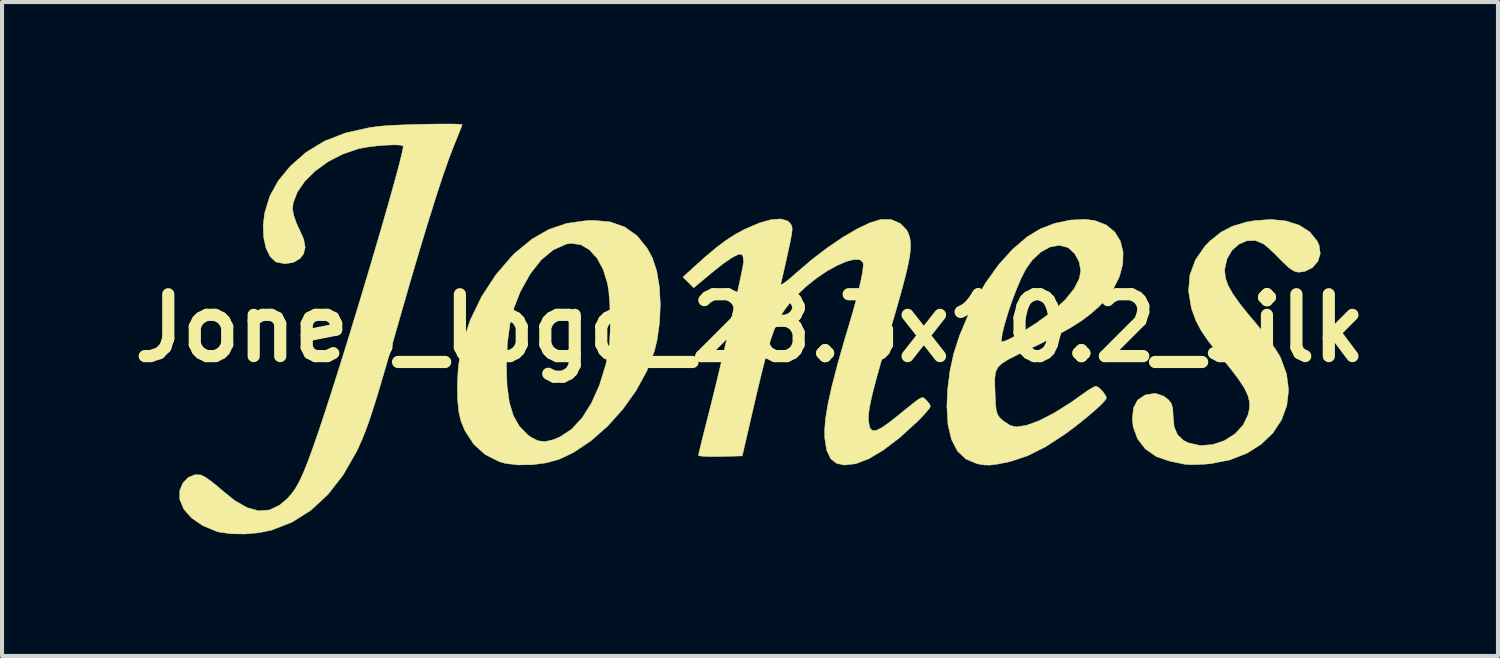
<source format=kicad_pcb>
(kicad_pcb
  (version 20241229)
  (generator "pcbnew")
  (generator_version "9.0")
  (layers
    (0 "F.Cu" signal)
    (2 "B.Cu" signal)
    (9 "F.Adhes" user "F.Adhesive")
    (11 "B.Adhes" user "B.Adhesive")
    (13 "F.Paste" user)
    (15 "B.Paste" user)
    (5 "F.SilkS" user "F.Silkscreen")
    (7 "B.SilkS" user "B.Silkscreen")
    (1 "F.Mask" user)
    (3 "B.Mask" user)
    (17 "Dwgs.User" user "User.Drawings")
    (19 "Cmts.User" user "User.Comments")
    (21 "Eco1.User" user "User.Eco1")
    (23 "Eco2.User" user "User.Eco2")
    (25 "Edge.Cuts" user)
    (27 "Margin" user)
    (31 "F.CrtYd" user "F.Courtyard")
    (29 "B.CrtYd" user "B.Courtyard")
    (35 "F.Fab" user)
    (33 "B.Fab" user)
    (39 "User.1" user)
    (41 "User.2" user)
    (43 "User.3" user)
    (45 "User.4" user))
  (footprint "Jones_logo_28.3x10.2_silk"
    (layer "F.Cu")
    (at 15.429 5.034)
    (property "Reference" "Jones_logo_28.3x10.2_silk" (at 0 0 0) (layer "F.SilkS") (effects (font (size 1.524 1.524) (thickness 0.3))))
    (attr through_hole)
    (fp_poly (pts (xy -3.446 -2.618) (xy -3.086 -2.491) (xy -2.782 -2.274) (xy -2.534 -1.967) (xy -2.403 -1.725) (xy -2.298 -1.406) (xy -2.233 -1.017) (xy -2.21 -0.585) (xy -2.229 -0.139) (xy -2.29 0.295) (xy -2.356 0.567) (xy -2.542 1.057) (xy -2.807 1.54) (xy -3.135 2) (xy -3.512 2.419) (xy -3.923 2.78) (xy -4.353 3.067) (xy -4.704 3.233) (xy -5.014 3.319) (xy -5.364 3.366) (xy -5.715 3.371) (xy -6.029 3.333) (xy -6.171 3.293) (xy -6.523 3.117) (xy -6.806 2.863) (xy -7.024 2.528) (xy -7.119 2.3) (xy -7.175 2.061) (xy -7.206 1.747) (xy -7.211 1.39) (xy -7.191 1.018) (xy -7.18 0.926) (xy -6 0.926) (xy -5.986 1.421) (xy -5.93 1.828) (xy -5.831 2.156) (xy -5.683 2.418) (xy -5.484 2.624) (xy -5.402 2.684) (xy -5.226 2.775) (xy -5.05 2.796) (xy -4.845 2.748) (xy -4.679 2.678) (xy -4.396 2.491) (xy -4.136 2.21) (xy -3.905 1.843) (xy -3.708 1.4) (xy -3.552 0.892) (xy -3.496 0.646) (xy -3.464 0.402) (xy -3.446 0.089) (xy -3.443 -0.257) (xy -3.455 -0.599) (xy -3.48 -0.903) (xy -3.509 -1.088) (xy -3.615 -1.437) (xy -3.767 -1.72) (xy -3.956 -1.929) (xy -4.173 -2.056) (xy -4.408 -2.089) (xy -4.531 -2.069) (xy -4.847 -1.927) (xy -5.142 -1.684) (xy -5.412 -1.342) (xy -5.656 -0.904) (xy -5.663 -0.888) (xy -5.812 -0.51) (xy -5.915 -0.102) (xy -5.976 0.361) (xy -6 0.9) (xy -6 0.926) (xy -7.18 0.926) (xy -7.147 0.661) (xy -7.092 0.397) (xy -6.892 -0.201) (xy -6.611 -0.78) (xy -6.262 -1.314) (xy -5.862 -1.779) (xy -5.78 -1.858) (xy -5.372 -2.194) (xy -4.956 -2.432) (xy -4.515 -2.581) (xy -4.028 -2.649) (xy -3.863 -2.655) (xy -3.446 -2.618)) (stroke (width 0.01) (type solid)) (fill yes) (layer "F.SilkS"))
    (fp_poly (pts (xy 13.212 -2.639) (xy 13.535 -2.535) (xy 13.792 -2.369) (xy 13.973 -2.146) (xy 14.021 -2.043) (xy 14.05 -1.834) (xy 13.99 -1.643) (xy 13.856 -1.49) (xy 13.664 -1.395) (xy 13.513 -1.376) (xy 13.407 -1.401) (xy 13.28 -1.485) (xy 13.113 -1.641) (xy 13.076 -1.68) (xy 12.918 -1.839) (xy 12.769 -1.978) (xy 12.66 -2.069) (xy 12.649 -2.077) (xy 12.448 -2.159) (xy 12.239 -2.151) (xy 12.042 -2.065) (xy 11.874 -1.914) (xy 11.753 -1.709) (xy 11.697 -1.464) (xy 11.695 -1.407) (xy 11.714 -1.237) (xy 11.778 -1.055) (xy 11.894 -0.846) (xy 12.07 -0.598) (xy 12.313 -0.296) (xy 12.408 -0.185) (xy 12.605 0.054) (xy 12.791 0.298) (xy 12.948 0.52) (xy 13.055 0.695) (xy 13.069 0.721) (xy 13.219 1.127) (xy 13.269 1.525) (xy 13.226 1.906) (xy 13.096 2.261) (xy 12.884 2.582) (xy 12.598 2.858) (xy 12.243 3.083) (xy 11.825 3.247) (xy 11.351 3.34) (xy 11.218 3.352) (xy 11.01 3.363) (xy 10.832 3.364) (xy 10.721 3.357) (xy 10.716 3.356) (xy 10.603 3.332) (xy 10.435 3.298) (xy 10.336 3.277) (xy 10.008 3.164) (xy 9.741 2.978) (xy 9.548 2.729) (xy 9.44 2.433) (xy 9.419 2.223) (xy 9.451 1.96) (xy 9.548 1.775) (xy 9.718 1.657) (xy 9.767 1.639) (xy 9.991 1.608) (xy 10.192 1.675) (xy 10.306 1.762) (xy 10.38 1.854) (xy 10.416 1.979) (xy 10.425 2.155) (xy 10.45 2.431) (xy 10.534 2.63) (xy 10.685 2.77) (xy 10.805 2.829) (xy 11.096 2.893) (xy 11.398 2.87) (xy 11.69 2.771) (xy 11.948 2.606) (xy 12.15 2.387) (xy 12.275 2.124) (xy 12.276 2.117) (xy 12.307 1.963) (xy 12.306 1.815) (xy 12.267 1.661) (xy 12.184 1.486) (xy 12.05 1.277) (xy 11.858 1.022) (xy 11.601 0.706) (xy 11.525 0.615) (xy 11.286 0.314) (xy 11.11 0.054) (xy 10.983 -0.191) (xy 10.888 -0.45) (xy 10.873 -0.5) (xy 10.804 -0.912) (xy 10.837 -1.307) (xy 10.973 -1.678) (xy 11.207 -2.017) (xy 11.337 -2.15) (xy 11.604 -2.364) (xy 11.89 -2.513) (xy 12.228 -2.612) (xy 12.416 -2.646) (xy 12.835 -2.678) (xy 13.212 -2.639)) (stroke (width 0.01) (type solid)) (fill yes) (layer "F.SilkS"))
    (fp_poly (pts (xy 8.491 -2.651) (xy 8.775 -2.542) (xy 8.987 -2.369) (xy 9.126 -2.142) (xy 9.192 -1.874) (xy 9.184 -1.579) (xy 9.102 -1.268) (xy 8.945 -0.953) (xy 8.712 -0.648) (xy 8.582 -0.517) (xy 8.383 -0.343) (xy 8.164 -0.179) (xy 7.908 -0.016) (xy 7.599 0.158) (xy 7.22 0.352) (xy 6.894 0.511) (xy 6.586 0.658) (xy 6.36 0.773) (xy 6.203 0.872) (xy 6.104 0.971) (xy 6.051 1.086) (xy 6.031 1.233) (xy 6.032 1.428) (xy 6.04 1.643) (xy 6.051 1.873) (xy 6.067 2.024) (xy 6.096 2.123) (xy 6.147 2.198) (xy 6.227 2.276) (xy 6.232 2.28) (xy 6.41 2.398) (xy 6.561 2.434) (xy 6.813 2.395) (xy 7.125 2.28) (xy 7.488 2.094) (xy 7.891 1.842) (xy 8.182 1.636) (xy 8.334 1.529) (xy 8.458 1.455) (xy 8.522 1.429) (xy 8.598 1.468) (xy 8.69 1.56) (xy 8.762 1.663) (xy 8.782 1.721) (xy 8.743 1.786) (xy 8.634 1.901) (xy 8.469 2.051) (xy 8.263 2.225) (xy 8.031 2.41) (xy 7.789 2.591) (xy 7.754 2.616) (xy 7.285 2.922) (xy 6.847 3.142) (xy 6.423 3.284) (xy 6.324 3.307) (xy 6.083 3.354) (xy 5.91 3.375) (xy 5.767 3.372) (xy 5.62 3.347) (xy 5.582 3.337) (xy 5.316 3.225) (xy 5.11 3.028) (xy 4.964 2.746) (xy 4.877 2.379) (xy 4.85 1.925) (xy 4.869 1.508) (xy 4.926 1.052) (xy 5.02 0.622) (xy 5.117 0.322) (xy 6.191 0.322) (xy 6.233 0.333) (xy 6.35 0.289) (xy 6.533 0.194) (xy 6.772 0.054) (xy 7.056 -0.126) (xy 7.064 -0.132) (xy 7.454 -0.415) (xy 7.763 -0.696) (xy 7.985 -0.969) (xy 8.115 -1.227) (xy 8.148 -1.417) (xy 8.108 -1.634) (xy 7.999 -1.834) (xy 7.845 -1.977) (xy 7.827 -1.987) (xy 7.618 -2.039) (xy 7.392 -1.998) (xy 7.164 -1.874) (xy 6.951 -1.673) (xy 6.795 -1.452) (xy 6.687 -1.242) (xy 6.573 -0.976) (xy 6.459 -0.679) (xy 6.356 -0.375) (xy 6.271 -0.091) (xy 6.213 0.149) (xy 6.191 0.319) (xy 6.191 0.322) (xy 5.117 0.322) (xy 5.16 0.189) (xy 5.356 -0.277) (xy 5.51 -0.598) (xy 5.795 -1.1) (xy 6.117 -1.552) (xy 6.464 -1.938) (xy 6.824 -2.246) (xy 7.152 -2.446) (xy 7.506 -2.581) (xy 7.883 -2.661) (xy 8.245 -2.681) (xy 8.491 -2.651)) (stroke (width 0.01) (type solid)) (fill yes) (layer "F.SilkS"))
    (fp_poly (pts (xy -7.385 -5.029) (xy -7.208 -5.026) (xy -7.107 -5.018) (xy -7.091 -5.012) (xy -7.11 -4.959) (xy -7.16 -4.83) (xy -7.235 -4.645) (xy -7.305 -4.472) (xy -7.428 -4.149) (xy -7.576 -3.726) (xy -7.746 -3.206) (xy -7.938 -2.592) (xy -8.152 -1.887) (xy -8.386 -1.093) (xy -8.639 -0.214) (xy -8.677 -0.079) (xy -8.848 0.518) (xy -8.995 1.025) (xy -9.12 1.451) (xy -9.228 1.806) (xy -9.323 2.103) (xy -9.407 2.351) (xy -9.485 2.562) (xy -9.559 2.745) (xy -9.633 2.913) (xy -9.692 3.037) (xy -10.022 3.615) (xy -10.398 4.098) (xy -10.819 4.488) (xy -11.285 4.782) (xy -11.785 4.977) (xy -12.1 5.042) (xy -12.447 5.073) (xy -12.786 5.067) (xy -13.077 5.026) (xy -13.15 5.006) (xy -13.488 4.864) (xy -13.76 4.678) (xy -13.952 4.459) (xy -14.051 4.218) (xy -14.052 4.213) (xy -14.05 4.001) (xy -13.973 3.816) (xy -13.842 3.679) (xy -13.673 3.611) (xy -13.53 3.618) (xy -13.427 3.669) (xy -13.276 3.774) (xy -13.101 3.915) (xy -13.031 3.978) (xy -12.693 4.251) (xy -12.386 4.425) (xy -12.104 4.501) (xy -11.842 4.481) (xy -11.594 4.364) (xy -11.408 4.208) (xy -11.302 4.09) (xy -11.203 3.954) (xy -11.107 3.784) (xy -11.007 3.569) (xy -10.897 3.295) (xy -10.769 2.947) (xy -10.619 2.513) (xy -10.605 2.471) (xy -10.477 2.085) (xy -10.335 1.648) (xy -10.183 1.17) (xy -10.023 0.661) (xy -9.859 0.13) (xy -9.693 -0.414) (xy -9.528 -0.96) (xy -9.367 -1.5) (xy -9.212 -2.024) (xy -9.066 -2.522) (xy -8.933 -2.985) (xy -8.815 -3.403) (xy -8.715 -3.767) (xy -8.635 -4.067) (xy -8.579 -4.294) (xy -8.549 -4.439) (xy -8.547 -4.49) (xy -8.622 -4.51) (xy -8.775 -4.515) (xy -8.979 -4.507) (xy -9.206 -4.488) (xy -9.429 -4.46) (xy -9.622 -4.425) (xy -9.663 -4.415) (xy -10.046 -4.282) (xy -10.4 -4.098) (xy -10.711 -3.873) (xy -10.967 -3.621) (xy -11.152 -3.354) (xy -11.255 -3.086) (xy -11.271 -2.938) (xy -11.244 -2.778) (xy -11.172 -2.577) (xy -11.113 -2.452) (xy -10.997 -2.195) (xy -10.96 -1.992) (xy -11 -1.828) (xy -11.084 -1.717) (xy -11.251 -1.618) (xy -11.458 -1.585) (xy -11.662 -1.625) (xy -11.698 -1.642) (xy -11.829 -1.768) (xy -11.926 -1.973) (xy -11.983 -2.234) (xy -11.995 -2.53) (xy -11.959 -2.835) (xy -11.833 -3.247) (xy -11.629 -3.622) (xy -11.332 -3.984) (xy -11.331 -3.985) (xy -10.935 -4.334) (xy -10.483 -4.608) (xy -9.968 -4.808) (xy -9.379 -4.94) (xy -9.128 -4.973) (xy -8.959 -4.987) (xy -8.732 -5) (xy -8.465 -5.011) (xy -8.177 -5.02) (xy -7.889 -5.026) (xy -7.618 -5.029) (xy -7.385 -5.029)) (stroke (width 0.01) (type solid)) (fill yes) (layer "F.SilkS"))
    (fp_poly (pts (xy 0.928 -2.639) (xy 0.972 -2.601) (xy 1.012 -2.552) (xy 1.034 -2.498) (xy 1.038 -2.42) (xy 1.023 -2.297) (xy 0.987 -2.111) (xy 0.929 -1.841) (xy 0.872 -1.584) (xy 0.821 -1.357) (xy 0.781 -1.185) (xy 0.758 -1.091) (xy 0.757 -1.089) (xy 0.779 -1.075) (xy 0.866 -1.129) (xy 1.008 -1.243) (xy 1.123 -1.345) (xy 1.51 -1.677) (xy 1.902 -1.977) (xy 2.283 -2.236) (xy 2.639 -2.445) (xy 2.955 -2.595) (xy 3.216 -2.676) (xy 3.238 -2.68) (xy 3.481 -2.674) (xy 3.696 -2.583) (xy 3.855 -2.423) (xy 3.897 -2.344) (xy 3.935 -2.233) (xy 3.955 -2.109) (xy 3.955 -1.961) (xy 3.935 -1.777) (xy 3.891 -1.545) (xy 3.822 -1.254) (xy 3.726 -0.893) (xy 3.601 -0.451) (xy 3.5 -0.106) (xy 3.345 0.426) (xy 3.218 0.866) (xy 3.118 1.227) (xy 3.041 1.518) (xy 2.985 1.75) (xy 2.948 1.934) (xy 2.926 2.08) (xy 2.918 2.198) (xy 2.921 2.295) (xy 2.947 2.443) (xy 3.004 2.519) (xy 3.102 2.522) (xy 3.25 2.451) (xy 3.457 2.304) (xy 3.573 2.212) (xy 3.82 2.012) (xy 3.997 1.869) (xy 4.119 1.776) (xy 4.198 1.726) (xy 4.248 1.71) (xy 4.283 1.721) (xy 4.317 1.751) (xy 4.341 1.775) (xy 4.42 1.866) (xy 4.445 1.928) (xy 4.409 1.99) (xy 4.314 2.103) (xy 4.177 2.248) (xy 4.114 2.31) (xy 3.684 2.701) (xy 3.287 3.004) (xy 2.926 3.219) (xy 2.604 3.342) (xy 2.323 3.374) (xy 2.133 3.333) (xy 1.987 3.218) (xy 1.889 3.011) (xy 1.842 2.716) (xy 1.837 2.54) (xy 1.858 2.249) (xy 1.919 1.877) (xy 2.02 1.419) (xy 2.162 0.873) (xy 2.345 0.234) (xy 2.401 0.051) (xy 2.535 -0.403) (xy 2.643 -0.8) (xy 2.723 -1.13) (xy 2.774 -1.383) (xy 2.792 -1.552) (xy 2.785 -1.615) (xy 2.708 -1.685) (xy 2.566 -1.691) (xy 2.374 -1.642) (xy 2.144 -1.543) (xy 1.893 -1.403) (xy 1.633 -1.227) (xy 1.379 -1.024) (xy 1.145 -0.8) (xy 1.131 -0.786) (xy 0.991 -0.63) (xy 0.872 -0.48) (xy 0.767 -0.322) (xy 0.674 -0.145) (xy 0.586 0.064) (xy 0.499 0.317) (xy 0.409 0.626) (xy 0.311 1.004) (xy 0.2 1.462) (xy 0.09 1.934) (xy -0.191 3.149) (xy -0.731 3.164) (xy -0.955 3.166) (xy -1.134 3.16) (xy -1.245 3.148) (xy -1.27 3.136) (xy -1.257 3.072) (xy -1.223 2.925) (xy -1.171 2.712) (xy -1.105 2.451) (xy -1.06 2.274) (xy -0.964 1.895) (xy -0.862 1.481) (xy -0.757 1.046) (xy -0.651 0.603) (xy -0.548 0.166) (xy -0.452 -0.254) (xy -0.364 -0.642) (xy -0.288 -0.985) (xy -0.227 -1.271) (xy -0.183 -1.486) (xy -0.161 -1.617) (xy -0.159 -1.645) (xy -0.173 -1.762) (xy -0.203 -1.82) (xy -0.291 -1.815) (xy -0.447 -1.735) (xy -0.666 -1.584) (xy -0.943 -1.364) (xy -0.984 -1.33) (xy -1.387 -0.993) (xy -1.519 -1.125) (xy -1.652 -1.257) (xy -1.421 -1.469) (xy -1.098 -1.759) (xy -0.828 -1.986) (xy -0.592 -2.163) (xy -0.371 -2.306) (xy -0.147 -2.427) (xy -0.121 -2.44) (xy 0.228 -2.59) (xy 0.524 -2.674) (xy 0.76 -2.69) (xy 0.928 -2.639)) (stroke (width 0.01) (type solid)) (fill yes) (layer "F.SilkS")))
  (gr_rect
    (start -3 -3)
    (end 33.857 13.112)
    (stroke (width 0.1) (type default))
    (fill no)
    (layer "Edge.Cuts")))
</source>
